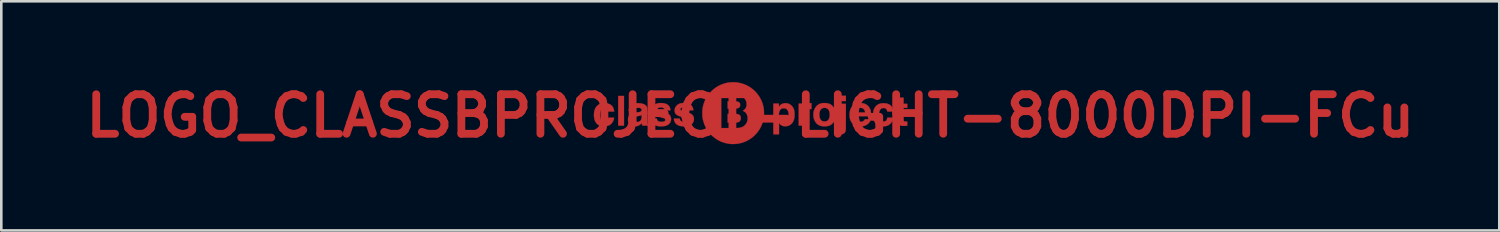
<source format=kicad_pcb>
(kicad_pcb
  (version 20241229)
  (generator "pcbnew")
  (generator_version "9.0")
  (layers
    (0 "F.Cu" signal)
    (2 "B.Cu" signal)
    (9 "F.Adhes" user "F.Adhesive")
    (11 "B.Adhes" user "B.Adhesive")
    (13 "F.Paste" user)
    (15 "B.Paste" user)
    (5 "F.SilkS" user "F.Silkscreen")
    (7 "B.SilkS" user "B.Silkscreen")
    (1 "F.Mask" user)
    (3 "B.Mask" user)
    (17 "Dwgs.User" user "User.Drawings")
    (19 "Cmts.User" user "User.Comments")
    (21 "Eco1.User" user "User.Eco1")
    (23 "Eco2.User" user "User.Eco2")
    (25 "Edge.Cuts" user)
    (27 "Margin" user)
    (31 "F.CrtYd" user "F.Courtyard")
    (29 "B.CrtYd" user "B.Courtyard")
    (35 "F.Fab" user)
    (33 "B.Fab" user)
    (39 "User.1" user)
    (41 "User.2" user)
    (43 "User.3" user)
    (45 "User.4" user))
  (footprint "LOGO_CLASSBPROJECT-LIGHT-8000DPI-FCu"
    (layer "F.Cu")
    (at 25.879 1.418)
    (property "Reference" "LOGO_CLASSBPROJECT-LIGHT-8000DPI-FCu" (at 0 0 0) (layer "F.Cu") (effects (font (size 1.524 1.524) (thickness 0.3))))
    (attr through_hole)
    (fp_poly (pts (xy -4.87 0.375) (xy -5.093 0.375) (xy -5.093 -0.768) (xy -4.87 -0.768) (xy -4.87 0.375)) (stroke (width 0.01) (type solid)) (fill yes) (layer "F.Cu"))
    (fp_poly (pts (xy 3.686 -0.572) (xy 3.464 -0.572) (xy 3.464 -0.775) (xy 3.686 -0.775) (xy 3.686 -0.572)) (stroke (width 0.01) (type solid)) (fill yes) (layer "F.Cu"))
    (fp_poly (pts (xy -0.712 -0.076) (xy -0.668 -0.076) (xy -0.63 -0.076) (xy -0.597 -0.076) (xy -0.569 -0.075) (xy -0.545 -0.074) (xy -0.524 -0.073) (xy -0.507 -0.071) (xy -0.492 -0.069) (xy -0.479 -0.066) (xy -0.468 -0.063) (xy -0.457 -0.06) (xy -0.447 -0.055) (xy -0.439 -0.052) (xy -0.414 -0.037) (xy -0.395 -0.017) (xy -0.379 0.007) (xy -0.369 0.033) (xy -0.367 0.047) (xy -0.366 0.064) (xy -0.365 0.084) (xy -0.366 0.104) (xy -0.367 0.122) (xy -0.369 0.129) (xy -0.377 0.157) (xy -0.39 0.183) (xy -0.408 0.206) (xy -0.43 0.224) (xy -0.449 0.235) (xy -0.457 0.239) (xy -0.465 0.243) (xy -0.473 0.245) (xy -0.482 0.248) (xy -0.491 0.25) (xy -0.503 0.251) (xy -0.516 0.253) (xy -0.532 0.254) (xy -0.551 0.254) (xy -0.575 0.255) (xy -0.602 0.256) (xy -0.635 0.256) (xy -0.673 0.256) (xy -0.693 0.256) (xy -0.873 0.258) (xy -0.873 -0.076) (xy -0.712 -0.076)) (stroke (width 0.01) (type solid)) (fill yes) (layer "F.Cu"))
    (fp_poly (pts (xy 2.359 -0.264) (xy 2.303 -0.263) (xy 2.277 -0.262) (xy 2.257 -0.26) (xy 2.241 -0.258) (xy 2.227 -0.256) (xy 2.222 -0.254) (xy 2.19 -0.243) (xy 2.162 -0.229) (xy 2.14 -0.21) (xy 2.122 -0.186) (xy 2.108 -0.158) (xy 2.098 -0.126) (xy 2.098 -0.126) (xy 2.096 -0.12) (xy 2.095 -0.114) (xy 2.094 -0.108) (xy 2.094 -0.101) (xy 2.093 -0.092) (xy 2.092 -0.081) (xy 2.092 -0.068) (xy 2.092 -0.052) (xy 2.091 -0.033) (xy 2.091 -0.01) (xy 2.091 0.018) (xy 2.09 0.051) (xy 2.09 0.088) (xy 2.09 0.132) (xy 2.09 0.139) (xy 2.089 0.375) (xy 1.867 0.375) (xy 1.867 -0.473) (xy 2.076 -0.473) (xy 2.077 -0.4) (xy 2.078 -0.326) (xy 2.099 -0.358) (xy 2.119 -0.386) (xy 2.138 -0.41) (xy 2.157 -0.43) (xy 2.176 -0.446) (xy 2.196 -0.459) (xy 2.212 -0.467) (xy 2.237 -0.477) (xy 2.267 -0.484) (xy 2.299 -0.488) (xy 2.325 -0.489) (xy 2.359 -0.489) (xy 2.359 -0.264)) (stroke (width 0.01) (type solid)) (fill yes) (layer "F.Cu"))
    (fp_poly (pts (xy -0.702 -0.558) (xy -0.663 -0.557) (xy -0.629 -0.557) (xy -0.6 -0.557) (xy -0.576 -0.556) (xy -0.556 -0.555) (xy -0.539 -0.555) (xy -0.525 -0.553) (xy -0.512 -0.552) (xy -0.501 -0.55) (xy -0.491 -0.548) (xy -0.481 -0.546) (xy -0.471 -0.543) (xy -0.466 -0.542) (xy -0.444 -0.532) (xy -0.424 -0.517) (xy -0.41 -0.5) (xy -0.403 -0.488) (xy -0.398 -0.476) (xy -0.395 -0.463) (xy -0.393 -0.446) (xy -0.392 -0.426) (xy -0.392 -0.421) (xy -0.393 -0.403) (xy -0.393 -0.39) (xy -0.395 -0.379) (xy -0.397 -0.37) (xy -0.4 -0.365) (xy -0.411 -0.342) (xy -0.428 -0.324) (xy -0.45 -0.309) (xy -0.456 -0.306) (xy -0.465 -0.302) (xy -0.473 -0.298) (xy -0.482 -0.295) (xy -0.49 -0.292) (xy -0.5 -0.29) (xy -0.511 -0.288) (xy -0.524 -0.287) (xy -0.54 -0.286) (xy -0.559 -0.285) (xy -0.582 -0.285) (xy -0.609 -0.284) (xy -0.641 -0.284) (xy -0.679 -0.284) (xy -0.698 -0.283) (xy -0.873 -0.282) (xy -0.873 -0.559) (xy -0.702 -0.558)) (stroke (width 0.01) (type solid)) (fill yes) (layer "F.Cu"))
    (fp_poly (pts (xy 3.685 0.039) (xy 3.685 0.106) (xy 3.685 0.166) (xy 3.685 0.221) (xy 3.685 0.27) (xy 3.685 0.314) (xy 3.685 0.354) (xy 3.684 0.389) (xy 3.684 0.419) (xy 3.684 0.446) (xy 3.684 0.469) (xy 3.683 0.489) (xy 3.683 0.505) (xy 3.683 0.519) (xy 3.682 0.53) (xy 3.682 0.54) (xy 3.681 0.547) (xy 3.681 0.553) (xy 3.68 0.558) (xy 3.68 0.562) (xy 3.679 0.565) (xy 3.679 0.565) (xy 3.668 0.599) (xy 3.655 0.628) (xy 3.639 0.651) (xy 3.62 0.67) (xy 3.597 0.686) (xy 3.569 0.698) (xy 3.537 0.707) (xy 3.526 0.709) (xy 3.509 0.71) (xy 3.488 0.712) (xy 3.461 0.713) (xy 3.438 0.713) (xy 3.359 0.715) (xy 3.359 0.536) (xy 3.384 0.538) (xy 3.406 0.539) (xy 3.424 0.536) (xy 3.439 0.529) (xy 3.446 0.524) (xy 3.454 0.515) (xy 3.459 0.504) (xy 3.46 0.502) (xy 3.461 0.499) (xy 3.461 0.492) (xy 3.462 0.481) (xy 3.462 0.467) (xy 3.462 0.449) (xy 3.463 0.426) (xy 3.463 0.399) (xy 3.463 0.368) (xy 3.463 0.331) (xy 3.464 0.289) (xy 3.464 0.242) (xy 3.464 0.19) (xy 3.464 0.132) (xy 3.464 0.067) (xy 3.464 0.012) (xy 3.464 -0.467) (xy 3.575 -0.467) (xy 3.686 -0.467) (xy 3.685 0.039)) (stroke (width 0.01) (type solid)) (fill yes) (layer "F.Cu"))
    (fp_poly (pts (xy 5.912 -0.464) (xy 6.052 -0.464) (xy 6.052 -0.308) (xy 5.912 -0.308) (xy 5.912 -0.077) (xy 5.912 -0.029) (xy 5.912 0.012) (xy 5.912 0.048) (xy 5.912 0.08) (xy 5.913 0.106) (xy 5.913 0.128) (xy 5.914 0.146) (xy 5.915 0.161) (xy 5.916 0.173) (xy 5.917 0.183) (xy 5.918 0.19) (xy 5.92 0.196) (xy 5.922 0.2) (xy 5.923 0.202) (xy 5.93 0.208) (xy 5.941 0.212) (xy 5.957 0.215) (xy 5.979 0.217) (xy 6.006 0.217) (xy 6.052 0.217) (xy 6.052 0.38) (xy 6.041 0.382) (xy 6.035 0.383) (xy 6.024 0.383) (xy 6.008 0.384) (xy 5.989 0.385) (xy 5.968 0.385) (xy 5.947 0.386) (xy 5.918 0.386) (xy 5.895 0.386) (xy 5.877 0.386) (xy 5.862 0.385) (xy 5.849 0.384) (xy 5.839 0.383) (xy 5.836 0.383) (xy 5.803 0.374) (xy 5.773 0.363) (xy 5.748 0.348) (xy 5.728 0.33) (xy 5.713 0.31) (xy 5.713 0.31) (xy 5.71 0.303) (xy 5.707 0.297) (xy 5.704 0.291) (xy 5.702 0.285) (xy 5.7 0.277) (xy 5.698 0.268) (xy 5.697 0.258) (xy 5.696 0.245) (xy 5.695 0.23) (xy 5.694 0.212) (xy 5.694 0.19) (xy 5.693 0.164) (xy 5.693 0.134) (xy 5.693 0.1) (xy 5.693 0.06) (xy 5.693 0.015) (xy 5.693 -0.033) (xy 5.693 -0.308) (xy 5.575 -0.308) (xy 5.575 -0.464) (xy 5.693 -0.464) (xy 5.693 -0.702) (xy 5.912 -0.702) (xy 5.912 -0.464)) (stroke (width 0.01) (type solid)) (fill yes) (layer "F.Cu"))
    (fp_poly (pts (xy 1.402 -0.486) (xy 1.447 -0.477) (xy 1.489 -0.463) (xy 1.529 -0.443) (xy 1.566 -0.417) (xy 1.601 -0.385) (xy 1.602 -0.383) (xy 1.63 -0.351) (xy 1.653 -0.316) (xy 1.672 -0.278) (xy 1.687 -0.236) (xy 1.698 -0.189) (xy 1.705 -0.143) (xy 1.706 -0.127) (xy 1.707 -0.106) (xy 1.708 -0.082) (xy 1.708 -0.056) (xy 1.708 -0.03) (xy 1.707 -0.005) (xy 1.706 0.017) (xy 1.705 0.034) (xy 1.705 0.034) (xy 1.696 0.091) (xy 1.683 0.143) (xy 1.665 0.191) (xy 1.643 0.234) (xy 1.617 0.273) (xy 1.586 0.307) (xy 1.555 0.334) (xy 1.519 0.357) (xy 1.482 0.376) (xy 1.444 0.389) (xy 1.402 0.397) (xy 1.358 0.399) (xy 1.332 0.399) (xy 1.305 0.398) (xy 1.283 0.395) (xy 1.263 0.391) (xy 1.243 0.384) (xy 1.223 0.376) (xy 1.221 0.375) (xy 1.201 0.365) (xy 1.183 0.353) (xy 1.166 0.34) (xy 1.15 0.324) (xy 1.133 0.304) (xy 1.115 0.281) (xy 1.108 0.272) (xy 1.108 0.708) (xy 0.889 0.708) (xy 0.889 -0.026) (xy 1.102 -0.026) (xy 1.103 -0.011) (xy 1.105 0.027) (xy 1.11 0.061) (xy 1.118 0.091) (xy 1.129 0.116) (xy 1.142 0.139) (xy 1.16 0.16) (xy 1.163 0.164) (xy 1.188 0.185) (xy 1.214 0.2) (xy 1.243 0.21) (xy 1.252 0.211) (xy 1.275 0.214) (xy 1.3 0.214) (xy 1.324 0.212) (xy 1.343 0.208) (xy 1.373 0.196) (xy 1.399 0.179) (xy 1.422 0.156) (xy 1.441 0.128) (xy 1.457 0.095) (xy 1.469 0.059) (xy 1.472 0.044) (xy 1.475 0.031) (xy 1.476 0.016) (xy 1.478 -0.001) (xy 1.479 -0.022) (xy 1.479 -0.026) (xy 1.479 -0.056) (xy 1.479 -0.08) (xy 1.477 -0.102) (xy 1.473 -0.123) (xy 1.468 -0.143) (xy 1.465 -0.154) (xy 1.451 -0.19) (xy 1.435 -0.221) (xy 1.415 -0.245) (xy 1.393 -0.265) (xy 1.367 -0.279) (xy 1.338 -0.289) (xy 1.305 -0.293) (xy 1.291 -0.293) (xy 1.258 -0.292) (xy 1.23 -0.286) (xy 1.206 -0.276) (xy 1.183 -0.261) (xy 1.166 -0.246) (xy 1.146 -0.221) (xy 1.13 -0.192) (xy 1.117 -0.158) (xy 1.108 -0.119) (xy 1.103 -0.075) (xy 1.102 -0.026) (xy 0.889 -0.026) (xy 0.889 -0.473) (xy 1.102 -0.473) (xy 1.102 -0.412) (xy 1.103 -0.352) (xy 1.118 -0.372) (xy 1.146 -0.405) (xy 1.177 -0.433) (xy 1.211 -0.455) (xy 1.249 -0.472) (xy 1.289 -0.483) (xy 1.332 -0.488) (xy 1.354 -0.489) (xy 1.402 -0.486)) (stroke (width 0.01) (type solid)) (fill yes) (layer "F.Cu"))
    (fp_poly (pts (xy 4.298 -0.493) (xy 4.35 -0.485) (xy 4.399 -0.472) (xy 4.443 -0.454) (xy 4.484 -0.431) (xy 4.521 -0.403) (xy 4.554 -0.37) (xy 4.583 -0.332) (xy 4.608 -0.289) (xy 4.615 -0.276) (xy 4.626 -0.249) (xy 4.636 -0.222) (xy 4.643 -0.194) (xy 4.649 -0.163) (xy 4.653 -0.13) (xy 4.656 -0.092) (xy 4.657 -0.06) (xy 4.659 0.013) (xy 4.051 0.013) (xy 4.051 0.027) (xy 4.053 0.05) (xy 4.058 0.076) (xy 4.066 0.102) (xy 4.076 0.127) (xy 4.082 0.139) (xy 4.094 0.156) (xy 4.11 0.173) (xy 4.129 0.189) (xy 4.149 0.202) (xy 4.153 0.204) (xy 4.175 0.214) (xy 4.196 0.221) (xy 4.218 0.225) (xy 4.242 0.226) (xy 4.256 0.227) (xy 4.274 0.226) (xy 4.287 0.226) (xy 4.298 0.224) (xy 4.309 0.221) (xy 4.319 0.218) (xy 4.334 0.212) (xy 4.349 0.205) (xy 4.361 0.198) (xy 4.361 0.198) (xy 4.377 0.186) (xy 4.392 0.17) (xy 4.405 0.153) (xy 4.414 0.139) (xy 4.42 0.127) (xy 4.647 0.127) (xy 4.644 0.143) (xy 4.636 0.173) (xy 4.622 0.203) (xy 4.603 0.234) (xy 4.578 0.265) (xy 4.553 0.292) (xy 4.517 0.324) (xy 4.479 0.35) (xy 4.438 0.37) (xy 4.393 0.386) (xy 4.345 0.397) (xy 4.323 0.4) (xy 4.302 0.402) (xy 4.277 0.403) (xy 4.25 0.403) (xy 4.224 0.402) (xy 4.199 0.401) (xy 4.178 0.399) (xy 4.174 0.398) (xy 4.128 0.389) (xy 4.083 0.374) (xy 4.04 0.355) (xy 4 0.333) (xy 3.964 0.307) (xy 3.932 0.278) (xy 3.904 0.247) (xy 3.896 0.236) (xy 3.875 0.199) (xy 3.857 0.157) (xy 3.843 0.112) (xy 3.834 0.063) (xy 3.828 0.011) (xy 3.827 -0.044) (xy 3.829 -0.09) (xy 3.833 -0.133) (xy 4.054 -0.133) (xy 4.428 -0.133) (xy 4.425 -0.153) (xy 4.418 -0.188) (xy 4.405 -0.218) (xy 4.388 -0.245) (xy 4.366 -0.268) (xy 4.34 -0.286) (xy 4.309 -0.299) (xy 4.28 -0.307) (xy 4.245 -0.31) (xy 4.211 -0.309) (xy 4.18 -0.302) (xy 4.151 -0.29) (xy 4.125 -0.273) (xy 4.113 -0.262) (xy 4.098 -0.244) (xy 4.085 -0.224) (xy 4.074 -0.201) (xy 4.065 -0.174) (xy 4.056 -0.142) (xy 4.054 -0.133) (xy 3.833 -0.133) (xy 3.835 -0.146) (xy 3.845 -0.197) (xy 3.859 -0.244) (xy 3.877 -0.287) (xy 3.899 -0.326) (xy 3.926 -0.361) (xy 3.953 -0.389) (xy 3.99 -0.42) (xy 4.03 -0.446) (xy 4.073 -0.466) (xy 4.12 -0.481) (xy 4.169 -0.49) (xy 4.222 -0.495) (xy 4.243 -0.495) (xy 4.298 -0.493)) (stroke (width 0.01) (type solid)) (fill yes) (layer "F.Cu"))
    (fp_poly (pts (xy -5.596 -0.488) (xy -5.568 -0.486) (xy -5.542 -0.484) (xy -5.524 -0.481) (xy -5.476 -0.47) (xy -5.433 -0.455) (xy -5.395 -0.436) (xy -5.362 -0.413) (xy -5.333 -0.387) (xy -5.309 -0.356) (xy -5.288 -0.32) (xy -5.272 -0.28) (xy -5.259 -0.235) (xy -5.25 -0.185) (xy -5.25 -0.183) (xy -5.248 -0.168) (xy -5.362 -0.168) (xy -5.476 -0.168) (xy -5.479 -0.187) (xy -5.483 -0.199) (xy -5.488 -0.214) (xy -5.495 -0.229) (xy -5.496 -0.231) (xy -5.51 -0.255) (xy -5.527 -0.273) (xy -5.547 -0.286) (xy -5.57 -0.296) (xy -5.599 -0.302) (xy -5.603 -0.303) (xy -5.633 -0.304) (xy -5.663 -0.299) (xy -5.691 -0.29) (xy -5.717 -0.275) (xy -5.732 -0.262) (xy -5.75 -0.242) (xy -5.764 -0.219) (xy -5.776 -0.192) (xy -5.784 -0.162) (xy -5.791 -0.126) (xy -5.794 -0.086) (xy -5.796 -0.041) (xy -5.796 -0.038) (xy -5.795 0.005) (xy -5.792 0.042) (xy -5.787 0.074) (xy -5.779 0.103) (xy -5.769 0.129) (xy -5.756 0.151) (xy -5.755 0.154) (xy -5.736 0.176) (xy -5.713 0.194) (xy -5.687 0.208) (xy -5.658 0.216) (xy -5.627 0.218) (xy -5.601 0.217) (xy -5.574 0.211) (xy -5.551 0.203) (xy -5.532 0.191) (xy -5.516 0.176) (xy -5.503 0.156) (xy -5.492 0.131) (xy -5.483 0.1) (xy -5.478 0.077) (xy -5.477 0.07) (xy -5.364 0.07) (xy -5.334 0.07) (xy -5.31 0.07) (xy -5.292 0.07) (xy -5.277 0.07) (xy -5.267 0.071) (xy -5.26 0.071) (xy -5.255 0.072) (xy -5.253 0.073) (xy -5.252 0.074) (xy -5.251 0.076) (xy -5.252 0.085) (xy -5.255 0.098) (xy -5.258 0.114) (xy -5.262 0.131) (xy -5.266 0.146) (xy -5.269 0.155) (xy -5.282 0.187) (xy -5.299 0.221) (xy -5.32 0.253) (xy -5.342 0.283) (xy -5.363 0.305) (xy -5.397 0.334) (xy -5.435 0.359) (xy -5.477 0.378) (xy -5.522 0.391) (xy -5.557 0.398) (xy -5.58 0.401) (xy -5.607 0.402) (xy -5.635 0.403) (xy -5.664 0.402) (xy -5.691 0.401) (xy -5.714 0.399) (xy -5.717 0.398) (xy -5.765 0.388) (xy -5.809 0.373) (xy -5.849 0.354) (xy -5.886 0.329) (xy -5.918 0.3) (xy -5.946 0.266) (xy -5.971 0.226) (xy -5.982 0.205) (xy -6 0.16) (xy -6.013 0.112) (xy -6.023 0.06) (xy -6.028 0.005) (xy -6.028 -0.051) (xy -6.027 -0.082) (xy -6.022 -0.131) (xy -6.015 -0.176) (xy -6.005 -0.216) (xy -5.993 -0.253) (xy -5.977 -0.288) (xy -5.961 -0.318) (xy -5.936 -0.353) (xy -5.907 -0.385) (xy -5.875 -0.414) (xy -5.84 -0.438) (xy -5.826 -0.446) (xy -5.801 -0.457) (xy -5.772 -0.468) (xy -5.742 -0.476) (xy -5.711 -0.483) (xy -5.702 -0.484) (xy -5.68 -0.487) (xy -5.654 -0.488) (xy -5.625 -0.488) (xy -5.596 -0.488)) (stroke (width 0.01) (type solid)) (fill yes) (layer "F.Cu"))
    (fp_poly (pts (xy 5.164 -0.488) (xy 5.193 -0.486) (xy 5.218 -0.484) (xy 5.236 -0.481) (xy 5.284 -0.47) (xy 5.327 -0.455) (xy 5.365 -0.436) (xy 5.398 -0.413) (xy 5.427 -0.387) (xy 5.451 -0.356) (xy 5.472 -0.32) (xy 5.488 -0.28) (xy 5.501 -0.235) (xy 5.51 -0.185) (xy 5.51 -0.183) (xy 5.512 -0.168) (xy 5.398 -0.168) (xy 5.284 -0.168) (xy 5.281 -0.187) (xy 5.277 -0.199) (xy 5.272 -0.214) (xy 5.265 -0.229) (xy 5.264 -0.231) (xy 5.25 -0.255) (xy 5.233 -0.273) (xy 5.214 -0.286) (xy 5.19 -0.296) (xy 5.161 -0.302) (xy 5.157 -0.303) (xy 5.127 -0.304) (xy 5.097 -0.299) (xy 5.069 -0.29) (xy 5.044 -0.275) (xy 5.028 -0.262) (xy 5.011 -0.242) (xy 4.996 -0.219) (xy 4.984 -0.192) (xy 4.976 -0.162) (xy 4.969 -0.126) (xy 4.966 -0.086) (xy 4.964 -0.041) (xy 4.964 -0.038) (xy 4.965 0.005) (xy 4.968 0.042) (xy 4.974 0.074) (xy 4.981 0.103) (xy 4.991 0.129) (xy 5.004 0.151) (xy 5.005 0.154) (xy 5.024 0.176) (xy 5.047 0.194) (xy 5.073 0.208) (xy 5.102 0.216) (xy 5.133 0.218) (xy 5.159 0.217) (xy 5.186 0.211) (xy 5.209 0.203) (xy 5.228 0.191) (xy 5.244 0.176) (xy 5.257 0.156) (xy 5.268 0.131) (xy 5.277 0.1) (xy 5.282 0.077) (xy 5.283 0.07) (xy 5.396 0.07) (xy 5.426 0.07) (xy 5.45 0.07) (xy 5.469 0.07) (xy 5.483 0.07) (xy 5.493 0.071) (xy 5.5 0.071) (xy 5.505 0.072) (xy 5.507 0.073) (xy 5.508 0.074) (xy 5.509 0.076) (xy 5.508 0.085) (xy 5.506 0.098) (xy 5.502 0.114) (xy 5.498 0.131) (xy 5.494 0.146) (xy 5.491 0.155) (xy 5.478 0.187) (xy 5.461 0.221) (xy 5.44 0.253) (xy 5.418 0.283) (xy 5.397 0.305) (xy 5.363 0.334) (xy 5.325 0.359) (xy 5.283 0.378) (xy 5.238 0.391) (xy 5.203 0.398) (xy 5.18 0.401) (xy 5.154 0.402) (xy 5.125 0.403) (xy 5.096 0.402) (xy 5.069 0.401) (xy 5.046 0.399) (xy 5.043 0.398) (xy 4.995 0.388) (xy 4.951 0.373) (xy 4.911 0.354) (xy 4.875 0.329) (xy 4.842 0.3) (xy 4.814 0.266) (xy 4.789 0.226) (xy 4.779 0.205) (xy 4.761 0.16) (xy 4.747 0.112) (xy 4.737 0.06) (xy 4.732 0.005) (xy 4.732 -0.051) (xy 4.733 -0.082) (xy 4.738 -0.131) (xy 4.745 -0.176) (xy 4.755 -0.216) (xy 4.767 -0.253) (xy 4.783 -0.288) (xy 4.799 -0.318) (xy 4.824 -0.353) (xy 4.853 -0.385) (xy 4.885 -0.414) (xy 4.92 -0.438) (xy 4.934 -0.446) (xy 4.959 -0.457) (xy 4.988 -0.468) (xy 5.018 -0.476) (xy 5.049 -0.483) (xy 5.058 -0.484) (xy 5.08 -0.487) (xy 5.106 -0.488) (xy 5.135 -0.488) (xy 5.164 -0.488)) (stroke (width 0.01) (type solid)) (fill yes) (layer "F.Cu"))
    (fp_poly (pts (xy 2.888 -0.495) (xy 2.913 -0.494) (xy 2.934 -0.492) (xy 2.938 -0.492) (xy 2.981 -0.484) (xy 3.023 -0.473) (xy 3.062 -0.459) (xy 3.098 -0.441) (xy 3.129 -0.421) (xy 3.131 -0.419) (xy 3.163 -0.391) (xy 3.193 -0.357) (xy 3.22 -0.319) (xy 3.244 -0.277) (xy 3.264 -0.231) (xy 3.28 -0.183) (xy 3.287 -0.154) (xy 3.289 -0.143) (xy 3.291 -0.132) (xy 3.292 -0.12) (xy 3.293 -0.107) (xy 3.294 -0.091) (xy 3.294 -0.07) (xy 3.294 -0.048) (xy 3.294 -0.023) (xy 3.294 -0.003) (xy 3.293 0.013) (xy 3.292 0.027) (xy 3.291 0.038) (xy 3.289 0.05) (xy 3.287 0.063) (xy 3.287 0.063) (xy 3.274 0.113) (xy 3.257 0.161) (xy 3.235 0.205) (xy 3.21 0.246) (xy 3.181 0.282) (xy 3.148 0.314) (xy 3.113 0.341) (xy 3.075 0.362) (xy 3.069 0.365) (xy 3.042 0.376) (xy 3.016 0.385) (xy 2.989 0.392) (xy 2.96 0.396) (xy 2.928 0.4) (xy 2.891 0.401) (xy 2.877 0.402) (xy 2.856 0.402) (xy 2.837 0.402) (xy 2.82 0.402) (xy 2.808 0.402) (xy 2.8 0.401) (xy 2.799 0.401) (xy 2.751 0.393) (xy 2.709 0.383) (xy 2.671 0.37) (xy 2.637 0.354) (xy 2.606 0.335) (xy 2.602 0.332) (xy 2.584 0.318) (xy 2.565 0.299) (xy 2.545 0.278) (xy 2.527 0.256) (xy 2.512 0.235) (xy 2.486 0.191) (xy 2.465 0.145) (xy 2.449 0.097) (xy 2.439 0.045) (xy 2.433 -0.01) (xy 2.433 -0.023) (xy 2.433 -0.029) (xy 2.664 -0.029) (xy 2.666 0.008) (xy 2.671 0.043) (xy 2.678 0.073) (xy 2.68 0.079) (xy 2.694 0.113) (xy 2.711 0.143) (xy 2.732 0.168) (xy 2.757 0.188) (xy 2.784 0.203) (xy 2.793 0.207) (xy 2.827 0.215) (xy 2.861 0.218) (xy 2.898 0.215) (xy 2.903 0.214) (xy 2.935 0.206) (xy 2.964 0.191) (xy 2.99 0.172) (xy 3.012 0.148) (xy 3.03 0.118) (xy 3.045 0.085) (xy 3.051 0.062) (xy 3.058 0.028) (xy 3.062 -0.009) (xy 3.063 -0.049) (xy 3.061 -0.088) (xy 3.057 -0.125) (xy 3.051 -0.154) (xy 3.04 -0.188) (xy 3.025 -0.219) (xy 3.007 -0.246) (xy 2.985 -0.269) (xy 2.961 -0.286) (xy 2.952 -0.291) (xy 2.922 -0.302) (xy 2.891 -0.308) (xy 2.858 -0.31) (xy 2.826 -0.307) (xy 2.795 -0.3) (xy 2.768 -0.288) (xy 2.759 -0.283) (xy 2.738 -0.266) (xy 2.718 -0.244) (xy 2.701 -0.219) (xy 2.687 -0.191) (xy 2.678 -0.168) (xy 2.671 -0.138) (xy 2.666 -0.103) (xy 2.664 -0.066) (xy 2.664 -0.029) (xy 2.433 -0.029) (xy 2.434 -0.082) (xy 2.44 -0.139) (xy 2.451 -0.193) (xy 2.469 -0.243) (xy 2.491 -0.291) (xy 2.52 -0.337) (xy 2.539 -0.362) (xy 2.57 -0.396) (xy 2.606 -0.425) (xy 2.645 -0.449) (xy 2.689 -0.468) (xy 2.736 -0.482) (xy 2.787 -0.492) (xy 2.791 -0.492) (xy 2.81 -0.494) (xy 2.835 -0.495) (xy 2.861 -0.495) (xy 2.888 -0.495)) (stroke (width 0.01) (type solid)) (fill yes) (layer "F.Cu"))
    (fp_poly (pts (xy -3.435 -0.495) (xy -3.426 -0.494) (xy -3.379 -0.492) (xy -3.337 -0.487) (xy -3.299 -0.479) (xy -3.264 -0.468) (xy -3.233 -0.456) (xy -3.197 -0.436) (xy -3.166 -0.413) (xy -3.14 -0.387) (xy -3.119 -0.356) (xy -3.101 -0.322) (xy -3.088 -0.282) (xy -3.079 -0.238) (xy -3.078 -0.231) (xy -3.076 -0.216) (xy -3.297 -0.216) (xy -3.303 -0.238) (xy -3.312 -0.262) (xy -3.324 -0.282) (xy -3.34 -0.298) (xy -3.36 -0.31) (xy -3.385 -0.318) (xy -3.416 -0.324) (xy -3.418 -0.324) (xy -3.447 -0.326) (xy -3.476 -0.325) (xy -3.503 -0.321) (xy -3.528 -0.314) (xy -3.547 -0.305) (xy -3.551 -0.303) (xy -3.565 -0.289) (xy -3.574 -0.273) (xy -3.578 -0.255) (xy -3.577 -0.236) (xy -3.572 -0.222) (xy -3.568 -0.216) (xy -3.562 -0.21) (xy -3.555 -0.204) (xy -3.544 -0.198) (xy -3.531 -0.193) (xy -3.515 -0.187) (xy -3.494 -0.18) (xy -3.469 -0.173) (xy -3.44 -0.166) (xy -3.405 -0.157) (xy -3.365 -0.148) (xy -3.359 -0.146) (xy -3.325 -0.138) (xy -3.295 -0.131) (xy -3.27 -0.124) (xy -3.249 -0.117) (xy -3.23 -0.11) (xy -3.212 -0.102) (xy -3.196 -0.094) (xy -3.162 -0.076) (xy -3.134 -0.056) (xy -3.111 -0.034) (xy -3.091 -0.009) (xy -3.075 0.019) (xy -3.075 0.021) (xy -3.063 0.051) (xy -3.057 0.085) (xy -3.054 0.12) (xy -3.056 0.156) (xy -3.063 0.191) (xy -3.074 0.225) (xy -3.079 0.236) (xy -3.1 0.271) (xy -3.125 0.302) (xy -3.155 0.329) (xy -3.189 0.352) (xy -3.229 0.371) (xy -3.273 0.386) (xy -3.319 0.396) (xy -3.333 0.397) (xy -3.352 0.399) (xy -3.374 0.4) (xy -3.399 0.401) (xy -3.425 0.402) (xy -3.451 0.402) (xy -3.476 0.402) (xy -3.498 0.401) (xy -3.516 0.401) (xy -3.526 0.4) (xy -3.577 0.391) (xy -3.624 0.379) (xy -3.665 0.362) (xy -3.703 0.341) (xy -3.735 0.315) (xy -3.764 0.286) (xy -3.78 0.263) (xy -3.796 0.236) (xy -3.809 0.206) (xy -3.818 0.174) (xy -3.824 0.143) (xy -3.826 0.119) (xy -3.826 0.105) (xy -3.601 0.105) (xy -3.599 0.118) (xy -3.593 0.145) (xy -3.583 0.168) (xy -3.57 0.187) (xy -3.552 0.202) (xy -3.53 0.214) (xy -3.503 0.222) (xy -3.471 0.227) (xy -3.434 0.23) (xy -3.423 0.23) (xy -3.396 0.229) (xy -3.374 0.228) (xy -3.356 0.225) (xy -3.339 0.221) (xy -3.323 0.214) (xy -3.315 0.211) (xy -3.298 0.199) (xy -3.286 0.185) (xy -3.279 0.167) (xy -3.279 0.147) (xy -3.28 0.139) (xy -3.284 0.127) (xy -3.29 0.117) (xy -3.297 0.109) (xy -3.303 0.104) (xy -3.31 0.099) (xy -3.319 0.095) (xy -3.331 0.09) (xy -3.347 0.084) (xy -3.355 0.082) (xy -3.37 0.077) (xy -3.39 0.071) (xy -3.413 0.065) (xy -3.439 0.058) (xy -3.465 0.051) (xy -3.488 0.045) (xy -3.529 0.034) (xy -3.564 0.025) (xy -3.594 0.016) (xy -3.621 0.007) (xy -3.643 -0.001) (xy -3.664 -0.01) (xy -3.679 -0.017) (xy -3.711 -0.035) (xy -3.737 -0.055) (xy -3.758 -0.076) (xy -3.774 -0.099) (xy -3.781 -0.113) (xy -3.788 -0.129) (xy -3.793 -0.145) (xy -3.796 -0.162) (xy -3.798 -0.181) (xy -3.799 -0.204) (xy -3.799 -0.211) (xy -3.799 -0.231) (xy -3.798 -0.247) (xy -3.796 -0.26) (xy -3.794 -0.272) (xy -3.792 -0.28) (xy -3.777 -0.318) (xy -3.758 -0.354) (xy -3.733 -0.386) (xy -3.704 -0.415) (xy -3.671 -0.44) (xy -3.634 -0.46) (xy -3.594 -0.476) (xy -3.578 -0.481) (xy -3.551 -0.487) (xy -3.525 -0.491) (xy -3.498 -0.494) (xy -3.469 -0.495) (xy -3.435 -0.495)) (stroke (width 0.01) (type solid)) (fill yes) (layer "F.Cu"))
    (fp_poly (pts (xy -2.552 -0.495) (xy -2.544 -0.494) (xy -2.496 -0.492) (xy -2.454 -0.487) (xy -2.416 -0.479) (xy -2.381 -0.468) (xy -2.35 -0.456) (xy -2.315 -0.436) (xy -2.284 -0.413) (xy -2.257 -0.387) (xy -2.236 -0.356) (xy -2.219 -0.322) (xy -2.206 -0.282) (xy -2.197 -0.238) (xy -2.196 -0.231) (xy -2.194 -0.216) (xy -2.415 -0.216) (xy -2.42 -0.238) (xy -2.429 -0.262) (xy -2.441 -0.282) (xy -2.457 -0.298) (xy -2.477 -0.31) (xy -2.503 -0.318) (xy -2.533 -0.324) (xy -2.535 -0.324) (xy -2.565 -0.326) (xy -2.594 -0.325) (xy -2.621 -0.321) (xy -2.645 -0.314) (xy -2.665 -0.305) (xy -2.668 -0.303) (xy -2.682 -0.289) (xy -2.691 -0.273) (xy -2.696 -0.255) (xy -2.694 -0.236) (xy -2.689 -0.222) (xy -2.685 -0.216) (xy -2.68 -0.21) (xy -2.672 -0.204) (xy -2.662 -0.198) (xy -2.649 -0.193) (xy -2.632 -0.187) (xy -2.612 -0.18) (xy -2.587 -0.173) (xy -2.557 -0.166) (xy -2.522 -0.157) (xy -2.482 -0.148) (xy -2.477 -0.146) (xy -2.442 -0.138) (xy -2.413 -0.131) (xy -2.388 -0.124) (xy -2.366 -0.117) (xy -2.347 -0.11) (xy -2.33 -0.102) (xy -2.313 -0.094) (xy -2.279 -0.076) (xy -2.251 -0.056) (xy -2.228 -0.034) (xy -2.209 -0.009) (xy -2.193 0.019) (xy -2.192 0.021) (xy -2.181 0.051) (xy -2.174 0.085) (xy -2.172 0.12) (xy -2.174 0.156) (xy -2.181 0.191) (xy -2.192 0.225) (xy -2.197 0.236) (xy -2.217 0.271) (xy -2.242 0.302) (xy -2.272 0.329) (xy -2.307 0.352) (xy -2.346 0.371) (xy -2.391 0.386) (xy -2.437 0.396) (xy -2.45 0.397) (xy -2.469 0.399) (xy -2.491 0.4) (xy -2.516 0.401) (xy -2.543 0.402) (xy -2.569 0.402) (xy -2.593 0.402) (xy -2.615 0.401) (xy -2.634 0.401) (xy -2.643 0.4) (xy -2.694 0.391) (xy -2.741 0.379) (xy -2.783 0.362) (xy -2.82 0.341) (xy -2.853 0.315) (xy -2.881 0.286) (xy -2.898 0.263) (xy -2.913 0.236) (xy -2.926 0.206) (xy -2.936 0.174) (xy -2.942 0.143) (xy -2.943 0.119) (xy -2.943 0.105) (xy -2.719 0.105) (xy -2.717 0.118) (xy -2.71 0.145) (xy -2.701 0.168) (xy -2.687 0.187) (xy -2.669 0.202) (xy -2.647 0.214) (xy -2.62 0.222) (xy -2.588 0.227) (xy -2.551 0.23) (xy -2.54 0.23) (xy -2.513 0.229) (xy -2.492 0.228) (xy -2.473 0.225) (xy -2.456 0.221) (xy -2.44 0.214) (xy -2.433 0.211) (xy -2.415 0.199) (xy -2.403 0.185) (xy -2.397 0.167) (xy -2.396 0.147) (xy -2.397 0.139) (xy -2.401 0.127) (xy -2.407 0.117) (xy -2.415 0.109) (xy -2.421 0.104) (xy -2.428 0.099) (xy -2.436 0.095) (xy -2.448 0.09) (xy -2.464 0.084) (xy -2.472 0.082) (xy -2.487 0.077) (xy -2.507 0.071) (xy -2.531 0.065) (xy -2.556 0.058) (xy -2.582 0.051) (xy -2.605 0.045) (xy -2.646 0.034) (xy -2.681 0.025) (xy -2.712 0.016) (xy -2.738 0.007) (xy -2.761 -0.001) (xy -2.781 -0.01) (xy -2.797 -0.017) (xy -2.829 -0.035) (xy -2.855 -0.055) (xy -2.876 -0.076) (xy -2.892 -0.099) (xy -2.899 -0.113) (xy -2.906 -0.129) (xy -2.911 -0.145) (xy -2.914 -0.162) (xy -2.916 -0.181) (xy -2.916 -0.204) (xy -2.916 -0.211) (xy -2.916 -0.231) (xy -2.915 -0.247) (xy -2.914 -0.26) (xy -2.911 -0.272) (xy -2.909 -0.28) (xy -2.895 -0.318) (xy -2.875 -0.354) (xy -2.851 -0.386) (xy -2.821 -0.415) (xy -2.788 -0.44) (xy -2.751 -0.46) (xy -2.711 -0.476) (xy -2.695 -0.481) (xy -2.669 -0.487) (xy -2.643 -0.491) (xy -2.616 -0.494) (xy -2.586 -0.495) (xy -2.552 -0.495)) (stroke (width 0.01) (type solid)) (fill yes) (layer "F.Cu"))
    (fp_poly (pts (xy -0.599 -1.295) (xy -0.515 -1.288) (xy -0.431 -1.275) (xy -0.348 -1.256) (xy -0.267 -1.23) (xy -0.187 -1.199) (xy -0.144 -1.18) (xy -0.068 -1.14) (xy 0.004 -1.095) (xy 0.073 -1.045) (xy 0.138 -0.99) (xy 0.198 -0.931) (xy 0.255 -0.869) (xy 0.306 -0.802) (xy 0.353 -0.732) (xy 0.395 -0.659) (xy 0.432 -0.583) (xy 0.463 -0.504) (xy 0.488 -0.423) (xy 0.498 -0.384) (xy 0.507 -0.343) (xy 0.515 -0.304) (xy 0.52 -0.266) (xy 0.524 -0.228) (xy 0.527 -0.187) (xy 0.529 -0.142) (xy 0.529 -0.132) (xy 0.529 -0.073) (xy 0.527 -0.018) (xy 0.523 0.034) (xy 0.516 0.086) (xy 0.506 0.138) (xy 0.495 0.185) (xy 0.471 0.268) (xy 0.441 0.349) (xy 0.406 0.427) (xy 0.365 0.502) (xy 0.319 0.574) (xy 0.267 0.642) (xy 0.211 0.706) (xy 0.15 0.767) (xy 0.085 0.823) (xy 0.015 0.876) (xy -0.012 0.893) (xy -0.086 0.938) (xy -0.162 0.977) (xy -0.241 1.01) (xy -0.323 1.037) (xy -0.407 1.058) (xy -0.494 1.074) (xy -0.525 1.078) (xy -0.54 1.079) (xy -0.559 1.081) (xy -0.582 1.082) (xy -0.606 1.083) (xy -0.632 1.084) (xy -0.657 1.084) (xy -0.681 1.085) (xy -0.702 1.085) (xy -0.719 1.085) (xy -0.73 1.084) (xy -0.775 1.08) (xy -0.815 1.075) (xy -0.851 1.07) (xy -0.885 1.064) (xy -0.919 1.057) (xy -0.953 1.049) (xy -0.953 1.049) (xy -1.035 1.025) (xy -1.115 0.996) (xy -1.192 0.961) (xy -1.266 0.92) (xy -1.337 0.875) (xy -1.404 0.825) (xy -1.467 0.771) (xy -1.527 0.712) (xy -1.582 0.649) (xy -1.632 0.583) (xy -1.679 0.513) (xy -1.703 0.47) (xy -1.121 0.47) (xy -0.813 0.47) (xy -0.76 0.47) (xy -0.711 0.47) (xy -0.665 0.47) (xy -0.623 0.469) (xy -0.586 0.469) (xy -0.553 0.469) (xy -0.525 0.468) (xy -0.503 0.468) (xy -0.486 0.467) (xy -0.475 0.467) (xy -0.473 0.467) (xy -0.424 0.461) (xy -0.381 0.452) (xy -0.342 0.442) (xy -0.307 0.428) (xy -0.275 0.412) (xy -0.246 0.392) (xy -0.219 0.369) (xy -0.216 0.367) (xy -0.184 0.332) (xy -0.156 0.293) (xy -0.134 0.251) (xy -0.117 0.206) (xy -0.106 0.159) (xy -0.106 0.158) (xy -0.103 0.134) (xy -0.102 0.107) (xy -0.102 0.079) (xy -0.104 0.051) (xy -0.107 0.025) (xy -0.111 0.005) (xy -0.125 -0.038) (xy -0.143 -0.076) (xy -0.167 -0.109) (xy -0.194 -0.139) (xy -0.227 -0.164) (xy -0.263 -0.184) (xy -0.267 -0.186) (xy -0.278 -0.191) (xy -0.285 -0.195) (xy -0.289 -0.197) (xy -0.289 -0.197) (xy -0.286 -0.2) (xy -0.28 -0.203) (xy -0.259 -0.215) (xy -0.237 -0.231) (xy -0.216 -0.251) (xy -0.196 -0.272) (xy -0.18 -0.293) (xy -0.174 -0.304) (xy -0.16 -0.336) (xy -0.15 -0.372) (xy -0.144 -0.411) (xy -0.142 -0.452) (xy -0.144 -0.493) (xy -0.151 -0.533) (xy -0.152 -0.54) (xy -0.16 -0.564) (xy -0.171 -0.59) (xy -0.184 -0.615) (xy -0.198 -0.638) (xy -0.208 -0.652) (xy -0.235 -0.68) (xy -0.267 -0.705) (xy -0.304 -0.726) (xy -0.346 -0.744) (xy -0.393 -0.758) (xy -0.421 -0.764) (xy -0.425 -0.765) (xy -0.431 -0.766) (xy -0.438 -0.767) (xy -0.446 -0.767) (xy -0.457 -0.768) (xy -0.47 -0.768) (xy -0.485 -0.769) (xy -0.504 -0.769) (xy -0.527 -0.769) (xy -0.553 -0.769) (xy -0.584 -0.77) (xy -0.619 -0.77) (xy -0.659 -0.77) (xy -0.705 -0.77) (xy -0.756 -0.771) (xy -0.783 -0.771) (xy -1.121 -0.772) (xy -1.121 0.47) (xy -1.703 0.47) (xy -1.72 0.439) (xy -1.756 0.363) (xy -1.786 0.283) (xy -1.811 0.201) (xy -1.816 0.185) (xy -1.828 0.13) (xy -1.838 0.078) (xy -1.845 0.026) (xy -1.849 -0.026) (xy -1.85 -0.082) (xy -1.85 -0.132) (xy -1.848 -0.178) (xy -1.846 -0.22) (xy -1.842 -0.259) (xy -1.837 -0.296) (xy -1.83 -0.335) (xy -1.821 -0.375) (xy -1.819 -0.384) (xy -1.796 -0.466) (xy -1.768 -0.546) (xy -1.734 -0.624) (xy -1.694 -0.698) (xy -1.65 -0.77) (xy -1.6 -0.838) (xy -1.546 -0.903) (xy -1.487 -0.964) (xy -1.424 -1.02) (xy -1.357 -1.072) (xy -1.286 -1.12) (xy -1.212 -1.162) (xy -1.176 -1.18) (xy -1.098 -1.214) (xy -1.017 -1.243) (xy -0.935 -1.265) (xy -0.852 -1.282) (xy -0.768 -1.292) (xy -0.683 -1.297) (xy -0.599 -1.295)) (stroke (width 0.01) (type solid)) (fill yes) (layer "F.Cu"))
    (fp_poly (pts (xy -4.303 -0.488) (xy -4.271 -0.487) (xy -4.245 -0.485) (xy -4.221 -0.482) (xy -4.197 -0.477) (xy -4.172 -0.471) (xy -4.161 -0.469) (xy -4.121 -0.456) (xy -4.086 -0.441) (xy -4.057 -0.425) (xy -4.032 -0.406) (xy -4.012 -0.384) (xy -3.997 -0.36) (xy -3.995 -0.355) (xy -3.991 -0.347) (xy -3.987 -0.34) (xy -3.984 -0.334) (xy -3.981 -0.327) (xy -3.979 -0.32) (xy -3.977 -0.312) (xy -3.976 -0.303) (xy -3.974 -0.293) (xy -3.973 -0.28) (xy -3.972 -0.264) (xy -3.971 -0.246) (xy -3.971 -0.224) (xy -3.97 -0.199) (xy -3.97 -0.169) (xy -3.97 -0.134) (xy -3.969 -0.095) (xy -3.969 -0.05) (xy -3.969 -0.006) (xy -3.968 0.049) (xy -3.968 0.099) (xy -3.967 0.142) (xy -3.967 0.18) (xy -3.966 0.211) (xy -3.965 0.238) (xy -3.965 0.259) (xy -3.964 0.275) (xy -3.963 0.286) (xy -3.963 0.292) (xy -3.963 0.292) (xy -3.955 0.311) (xy -3.945 0.326) (xy -3.933 0.335) (xy -3.926 0.339) (xy -3.922 0.343) (xy -3.921 0.35) (xy -3.921 0.358) (xy -3.921 0.375) (xy -4.162 0.375) (xy -4.168 0.354) (xy -4.171 0.343) (xy -4.175 0.328) (xy -4.178 0.313) (xy -4.18 0.298) (xy -4.181 0.286) (xy -4.181 0.282) (xy -4.184 0.283) (xy -4.189 0.287) (xy -4.198 0.294) (xy -4.207 0.303) (xy -4.243 0.333) (xy -4.28 0.358) (xy -4.319 0.378) (xy -4.358 0.393) (xy -4.37 0.396) (xy -4.381 0.398) (xy -4.398 0.399) (xy -4.417 0.401) (xy -4.438 0.402) (xy -4.459 0.402) (xy -4.479 0.402) (xy -4.495 0.401) (xy -4.506 0.4) (xy -4.547 0.39) (xy -4.584 0.375) (xy -4.617 0.356) (xy -4.646 0.332) (xy -4.67 0.305) (xy -4.69 0.274) (xy -4.704 0.239) (xy -4.707 0.23) (xy -4.71 0.216) (xy -4.712 0.199) (xy -4.713 0.178) (xy -4.714 0.156) (xy -4.714 0.134) (xy -4.714 0.134) (xy -4.491 0.134) (xy -4.491 0.135) (xy -4.491 0.151) (xy -4.49 0.163) (xy -4.489 0.172) (xy -4.486 0.18) (xy -4.483 0.188) (xy -4.471 0.206) (xy -4.454 0.221) (xy -4.432 0.232) (xy -4.412 0.238) (xy -4.399 0.24) (xy -4.382 0.24) (xy -4.363 0.239) (xy -4.345 0.236) (xy -4.329 0.233) (xy -4.298 0.223) (xy -4.27 0.209) (xy -4.246 0.192) (xy -4.226 0.172) (xy -4.212 0.149) (xy -4.21 0.146) (xy -4.204 0.131) (xy -4.199 0.116) (xy -4.195 0.099) (xy -4.193 0.079) (xy -4.191 0.055) (xy -4.189 0.027) (xy -4.189 0.022) (xy -4.187 -0.036) (xy -4.201 -0.028) (xy -4.213 -0.022) (xy -4.226 -0.016) (xy -4.241 -0.011) (xy -4.26 -0.006) (xy -4.282 -0.001) (xy -4.31 0.005) (xy -4.311 0.005) (xy -4.331 0.009) (xy -4.351 0.013) (xy -4.37 0.017) (xy -4.385 0.02) (xy -4.394 0.022) (xy -4.423 0.032) (xy -4.447 0.045) (xy -4.465 0.06) (xy -4.48 0.079) (xy -4.483 0.084) (xy -4.486 0.092) (xy -4.489 0.099) (xy -4.49 0.107) (xy -4.491 0.118) (xy -4.491 0.134) (xy -4.714 0.134) (xy -4.714 0.114) (xy -4.712 0.099) (xy -4.712 0.097) (xy -4.702 0.057) (xy -4.688 0.021) (xy -4.669 -0.011) (xy -4.645 -0.039) (xy -4.623 -0.057) (xy -4.604 -0.071) (xy -4.583 -0.083) (xy -4.56 -0.093) (xy -4.535 -0.103) (xy -4.507 -0.111) (xy -4.475 -0.118) (xy -4.439 -0.125) (xy -4.397 -0.131) (xy -4.368 -0.135) (xy -4.347 -0.138) (xy -4.326 -0.141) (xy -4.308 -0.143) (xy -4.292 -0.146) (xy -4.282 -0.147) (xy -4.252 -0.155) (xy -4.228 -0.165) (xy -4.21 -0.177) (xy -4.197 -0.192) (xy -4.19 -0.21) (xy -4.189 -0.23) (xy -4.19 -0.236) (xy -4.194 -0.257) (xy -4.203 -0.274) (xy -4.217 -0.287) (xy -4.235 -0.298) (xy -4.258 -0.305) (xy -4.286 -0.31) (xy -4.319 -0.312) (xy -4.329 -0.312) (xy -4.348 -0.312) (xy -4.362 -0.312) (xy -4.373 -0.31) (xy -4.383 -0.309) (xy -4.392 -0.306) (xy -4.394 -0.305) (xy -4.418 -0.295) (xy -4.436 -0.282) (xy -4.45 -0.266) (xy -4.451 -0.264) (xy -4.457 -0.253) (xy -4.463 -0.239) (xy -4.468 -0.225) (xy -4.472 -0.212) (xy -4.474 -0.203) (xy -4.474 -0.202) (xy -4.475 -0.2) (xy -4.477 -0.199) (xy -4.481 -0.198) (xy -4.488 -0.198) (xy -4.498 -0.197) (xy -4.512 -0.197) (xy -4.53 -0.197) (xy -4.554 -0.197) (xy -4.582 -0.197) (xy -4.69 -0.197) (xy -4.688 -0.214) (xy -4.68 -0.259) (xy -4.668 -0.301) (xy -4.652 -0.339) (xy -4.631 -0.372) (xy -4.607 -0.4) (xy -4.586 -0.419) (xy -4.553 -0.441) (xy -4.516 -0.458) (xy -4.476 -0.472) (xy -4.431 -0.481) (xy -4.382 -0.487) (xy -4.328 -0.488) (xy -4.303 -0.488)) (stroke (width 0.01) (type solid)) (fill yes) (layer "F.Cu")))
  (gr_rect
    (start -3 -3)
    (end 54.758 5.836)
    (stroke (width 0.1) (type default))
    (fill no)
    (layer "Edge.Cuts")))
</source>
